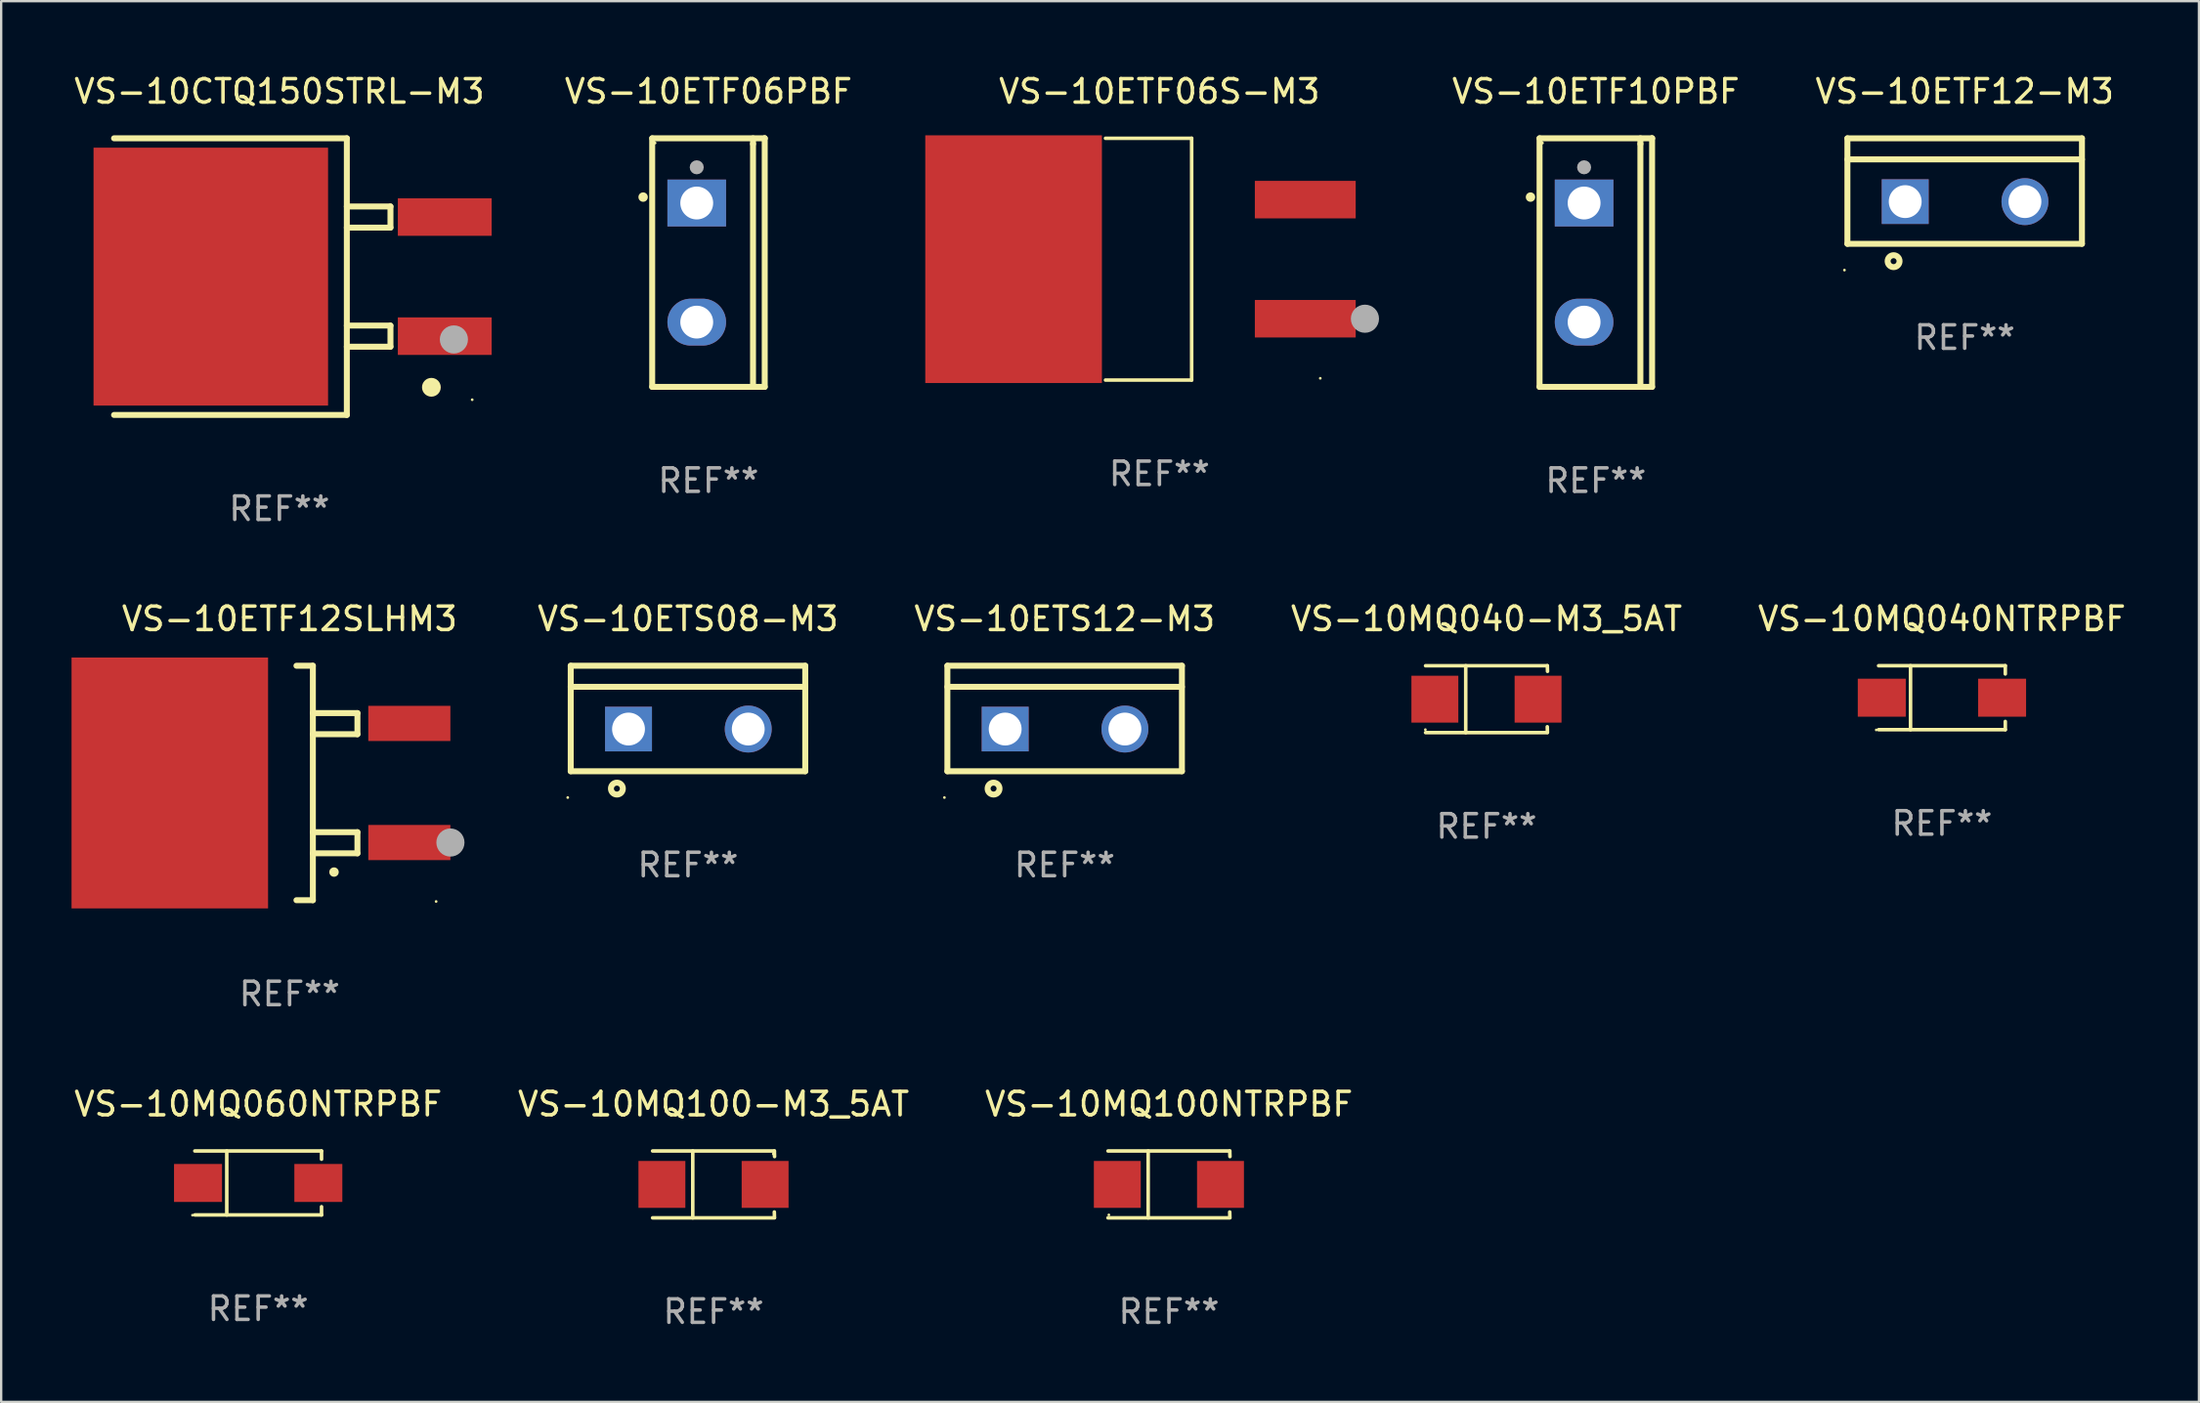
<source format=kicad_pcb>
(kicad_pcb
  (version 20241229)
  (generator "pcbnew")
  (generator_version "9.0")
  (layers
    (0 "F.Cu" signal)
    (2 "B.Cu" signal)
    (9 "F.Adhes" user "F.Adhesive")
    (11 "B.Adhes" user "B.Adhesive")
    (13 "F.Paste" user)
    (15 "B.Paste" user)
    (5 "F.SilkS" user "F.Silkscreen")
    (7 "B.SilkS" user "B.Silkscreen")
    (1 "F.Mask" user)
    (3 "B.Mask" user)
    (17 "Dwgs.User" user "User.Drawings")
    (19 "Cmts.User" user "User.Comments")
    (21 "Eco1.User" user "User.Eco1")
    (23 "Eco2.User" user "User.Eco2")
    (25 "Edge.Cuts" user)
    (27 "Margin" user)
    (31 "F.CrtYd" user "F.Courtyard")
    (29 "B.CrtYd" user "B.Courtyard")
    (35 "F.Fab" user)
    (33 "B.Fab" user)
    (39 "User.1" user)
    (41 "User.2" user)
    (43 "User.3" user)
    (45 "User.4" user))
  (footprint "VS-10ETF12SLHM3"
    (layer "F.Cu")
    (at 9.297 30.345)
    (property "Reference" "VS-10ETF12SLHM3" (at 0 -7 0) (layer "F.SilkS") (effects (font (size 1 1) (thickness 0.15))))
    (attr through_hole)
    (fp_line (start 0.293 -5) (end 0.993 -5) (stroke (width 0.254) (type solid)) (layer "F.SilkS"))
    (fp_line (start 0.993 -5) (end 0.993 5) (stroke (width 0.254) (type solid)) (layer "F.SilkS"))
    (fp_line (start 0.993 -2.08) (end 2.893 -2.08) (stroke (width 0.254) (type solid)) (layer "F.SilkS"))
    (fp_line (start 0.993 3) (end 2.893 3) (stroke (width 0.254) (type solid)) (layer "F.SilkS"))
    (fp_line (start 0.993 5) (end 0.293 5) (stroke (width 0.254) (type solid)) (layer "F.SilkS"))
    (fp_line (start 2.893 -2.98) (end 0.993 -2.98) (stroke (width 0.254) (type solid)) (layer "F.SilkS"))
    (fp_line (start 2.893 -2.08) (end 2.893 -2.98) (stroke (width 0.254) (type solid)) (layer "F.SilkS"))
    (fp_line (start 2.893 2.1) (end 0.993 2.1) (stroke (width 0.254) (type solid)) (layer "F.SilkS"))
    (fp_line (start 2.893 3) (end 2.893 2.1) (stroke (width 0.254) (type solid)) (layer "F.SilkS"))
    (fp_arc (start 1.893447 3.79986) (mid 1.894717 3.799856) (end 1.895987 3.79986) (stroke (width 0.4) (type solid)) (layer "F.SilkS"))
    (fp_circle (center 6.248 5.055) (end 6.278 5.055) (stroke (width 0.06) (type solid)) (fill no) (layer "F.SilkS"))
    (fp_circle (center 6.858 2.54) (end 7.158 2.54) (stroke (width 0.6) (type solid)) (fill no) (layer "F.Fab"))
    (fp_text user "REF**" (at 0 9 0) (layer "F.Fab") (effects (font (size 1 1) (thickness 0.15))))
    (pad "1" smd rect (at 5.107 2.54) (size 3.5 1.5) (layers "F.Cu" "F.Mask" "F.Paste"))
    (pad "2" smd rect (at -5.107 -0.000241) (size 8.38 10.7) (layers "F.Cu" "F.Mask" "F.Paste"))
    (pad "3" smd rect (at 5.106 -2.54) (size 3.5 1.5) (layers "F.Cu" "F.Mask" "F.Paste")))
  (footprint "VS-10MQ040NTRPBF"
    (layer "F.Cu")
    (at 79.749 26.708)
    (property "Reference" "VS-10MQ040NTRPBF" (at 0 -3.364 0) (layer "F.SilkS") (effects (font (size 1 1) (thickness 0.15))))
    (attr through_hole)
    (fp_line (start -2.701 -1.364) (end 2.701 -1.364) (stroke (width 0.152) (type solid)) (layer "F.SilkS"))
    (fp_line (start -2.701 1.364) (end 2.701 1.364) (stroke (width 0.152) (type solid)) (layer "F.SilkS"))
    (fp_line (start -1.339 -1.364) (end -1.339 1.364) (stroke (width 0.152) (type solid)) (layer "F.SilkS"))
    (fp_line (start 2.701 -1.364) (end 2.701 -1.013) (stroke (width 0.152) (type solid)) (layer "F.SilkS"))
    (fp_line (start 2.701 1.364) (end 2.701 1.013) (stroke (width 0.152) (type solid)) (layer "F.SilkS"))
    (fp_circle (center -2.8 1.375) (end -2.77 1.375) (stroke (width 0.06) (type solid)) (fill no) (layer "F.SilkS"))
    (fp_text user "REF**" (at 0 5.364 0) (layer "F.Fab") (effects (font (size 1 1) (thickness 0.15))))
    (pad "1" smd rect (at -2.565 -0.000025) (size 2.046 1.62) (layers "F.Cu" "F.Mask" "F.Paste"))
    (pad "2" smd rect (at 2.565 -0.000025) (size 2.046 1.62) (layers "F.Cu" "F.Mask" "F.Paste")))
  (footprint "VS-10ETF12-M3"
    (layer "F.Cu")
    (at 80.719 5.099)
    (property "Reference" "VS-10ETF12-M3" (at 0 -4.25 0) (layer "F.SilkS") (effects (font (size 1 1) (thickness 0.15))))
    (attr through_hole)
    (fp_line (start -5 -2.25) (end 5 -2.25) (stroke (width 0.254) (type solid)) (layer "F.SilkS"))
    (fp_line (start -5 -1.351) (end 5 -1.351) (stroke (width 0.254) (type solid)) (layer "F.SilkS"))
    (fp_line (start -5 2.25) (end -5 -2.25) (stroke (width 0.254) (type solid)) (layer "F.SilkS"))
    (fp_line (start -5 2.25) (end 5 2.25) (stroke (width 0.254) (type solid)) (layer "F.SilkS"))
    (fp_line (start 5 2.25) (end 5 -2.25) (stroke (width 0.254) (type solid)) (layer "F.SilkS"))
    (fp_circle (center -5.127 3.371) (end -5.097 3.371) (stroke (width 0.06) (type solid)) (fill no) (layer "F.SilkS"))
    (fp_circle (center -3.031 2.99) (end -2.777 2.99) (stroke (width 0.254) (type solid)) (fill no) (layer "F.SilkS"))
    (fp_text user "REF**" (at 0 6.25 0) (layer "F.Fab") (effects (font (size 1 1) (thickness 0.15))))
    (pad "1" thru_hole rect (at -2.536 0.45 90) (size 1.905 2) (drill 1.4) (layers "*.Cu" "*.Mask"))
    (pad "3" thru_hole circle (at 2.569 0.45) (size 2 2) (drill 1.4) (layers "*.Cu" "*.Mask")))
  (footprint "VS-10MQ040-M3_5AT"
    (layer "F.Cu")
    (at 60.332 26.771)
    (property "Reference" "VS-10MQ040-M3_5AT" (at 0 -3.426 0) (layer "F.SilkS") (effects (font (size 1 1) (thickness 0.15))))
    (attr through_hole)
    (fp_line (start -2.6 -1.426) (end 2.593 -1.426) (stroke (width 0.152) (type solid)) (layer "F.SilkS"))
    (fp_line (start -2.6 1.426) (end 2.593 1.426) (stroke (width 0.152) (type solid)) (layer "F.SilkS"))
    (fp_line (start -0.887 -1.426) (end -0.887 1.426) (stroke (width 0.152) (type solid)) (layer "F.SilkS"))
    (fp_line (start 2.59 1.176) (end 2.597 1.415) (stroke (width 0.152) (type solid)) (layer "F.SilkS"))
    (fp_line (start 2.593 -1.426) (end 2.6 -1.187) (stroke (width 0.152) (type solid)) (layer "F.SilkS"))
    (fp_circle (center -2.608 1.3) (end -2.578 1.3) (stroke (width 0.06) (type solid)) (fill no) (layer "F.SilkS"))
    (fp_text user "REF**" (at 0 5.426 0) (layer "F.Fab") (effects (font (size 1 1) (thickness 0.15))))
    (pad "1" smd rect (at -2.203 0 180) (size 2 2) (layers "F.Cu" "F.Mask" "F.Paste"))
    (pad "2" smd rect (at 2.197 0 180) (size 2 2) (layers "F.Cu" "F.Mask" "F.Paste")))
  (footprint "VS-10MQ100NTRPBF"
    (layer "F.Cu")
    (at 46.792 47.467)
    (property "Reference" "VS-10MQ100NTRPBF" (at 0 -3.426 0) (layer "F.SilkS") (effects (font (size 1 1) (thickness 0.15))))
    (attr through_hole)
    (fp_line (start -2.6 -1.426) (end 2.593 -1.426) (stroke (width 0.152) (type solid)) (layer "F.SilkS"))
    (fp_line (start -2.6 1.426) (end 2.593 1.426) (stroke (width 0.152) (type solid)) (layer "F.SilkS"))
    (fp_line (start -0.887 -1.426) (end -0.887 1.426) (stroke (width 0.152) (type solid)) (layer "F.SilkS"))
    (fp_line (start 2.59 1.176) (end 2.597 1.415) (stroke (width 0.152) (type solid)) (layer "F.SilkS"))
    (fp_line (start 2.593 -1.426) (end 2.6 -1.187) (stroke (width 0.152) (type solid)) (layer "F.SilkS"))
    (fp_circle (center -2.563 1.3) (end -2.533 1.3) (stroke (width 0.06) (type solid)) (fill no) (layer "F.SilkS"))
    (fp_text user "REF**" (at 0 5.426 0) (layer "F.Fab") (effects (font (size 1 1) (thickness 0.15))))
    (pad "1" smd rect (at -2.203 -0.000025 180) (size 2 2) (layers "F.Cu" "F.Mask" "F.Paste"))
    (pad "2" smd rect (at 2.197 -0.000025 180) (size 2 2) (layers "F.Cu" "F.Mask" "F.Paste")))
  (footprint "VS-10MQ100-M3_5AT"
    (layer "F.Cu")
    (at 27.375 47.467)
    (property "Reference" "VS-10MQ100-M3_5AT" (at 0 -3.426 0) (layer "F.SilkS") (effects (font (size 1 1) (thickness 0.15))))
    (attr through_hole)
    (fp_line (start -2.6 -1.426) (end 2.593 -1.426) (stroke (width 0.152) (type solid)) (layer "F.SilkS"))
    (fp_line (start -2.6 1.426) (end 2.593 1.426) (stroke (width 0.152) (type solid)) (layer "F.SilkS"))
    (fp_line (start -0.887 -1.426) (end -0.887 1.426) (stroke (width 0.152) (type solid)) (layer "F.SilkS"))
    (fp_line (start 2.59 1.176) (end 2.597 1.415) (stroke (width 0.152) (type solid)) (layer "F.SilkS"))
    (fp_line (start 2.593 -1.426) (end 2.6 -1.187) (stroke (width 0.152) (type solid)) (layer "F.SilkS"))
    (fp_circle (center 2.547 -1.3) (end 2.577 -1.3) (stroke (width 0.06) (type solid)) (fill no) (layer "F.SilkS"))
    (fp_text user "REF**" (at 0 5.426 0) (layer "F.Fab") (effects (font (size 1 1) (thickness 0.15))))
    (pad "1" smd rect (at 2.197 -0.000025 180) (size 2 2) (layers "F.Cu" "F.Mask" "F.Paste"))
    (pad "2" smd rect (at -2.203 -0.000025 180) (size 2 2) (layers "F.Cu" "F.Mask" "F.Paste")))
  (footprint "VS-10ETF06S-M3"
    (layer "F.Cu")
    (at 46.385 8.004)
    (property "Reference" "VS-10ETF06S-M3" (at 0 -7.156 0) (layer "F.SilkS") (effects (font (size 1 1) (thickness 0.15))))
    (attr through_hole)
    (fp_line (start -2.3 -5.156) (end 1.374 -5.156) (stroke (width 0.152) (type solid)) (layer "F.SilkS"))
    (fp_line (start -2.3 5.156) (end 1.374 5.156) (stroke (width 0.152) (type solid)) (layer "F.SilkS"))
    (fp_line (start 1.374 5.156) (end 1.374 -5.156) (stroke (width 0.152) (type solid)) (layer "F.SilkS"))
    (fp_circle (center 6.858 5.08) (end 6.888 5.08) (stroke (width 0.06) (type solid)) (fill no) (layer "F.SilkS"))
    (fp_circle (center 8.763 2.54) (end 9.063 2.54) (stroke (width 0.6) (type solid)) (fill no) (layer "F.Fab"))
    (fp_text user "REF**" (at 0 9.156 0) (layer "F.Fab") (effects (font (size 1 1) (thickness 0.15))))
    (pad "1" smd rect (at 6.218 2.54 180) (size 4.3 1.6) (layers "F.Cu" "F.Mask" "F.Paste"))
    (pad "2" smd rect (at -6.218 0 180) (size 7.532 10.566) (layers "F.Cu" "F.Mask" "F.Paste"))
    (pad "3" smd rect (at 6.218 -2.54 180) (size 4.3 1.6) (layers "F.Cu" "F.Mask" "F.Paste")))
  (footprint "VS-10CTQ150STRL-M3"
    (layer "F.Cu")
    (at 8.863 8.748)
    (property "Reference" "VS-10CTQ150STRL-M3" (at 0 -7.9 0) (layer "F.SilkS") (effects (font (size 1 1) (thickness 0.15))))
    (attr through_hole)
    (fp_line (start -7.05 5.9) (end 2.875 5.9) (stroke (width 0.254) (type solid)) (layer "F.SilkS"))
    (fp_line (start 2.875 -5.9) (end -7.05 -5.9) (stroke (width 0.254) (type solid)) (layer "F.SilkS"))
    (fp_line (start 2.875 -5.9) (end 2.875 5.9) (stroke (width 0.254) (type solid)) (layer "F.SilkS"))
    (fp_line (start 2.875 -2.991) (end 4.735 -2.991) (stroke (width 0.254) (type solid)) (layer "F.SilkS"))
    (fp_line (start 2.875 2.089) (end 4.735 2.089) (stroke (width 0.254) (type solid)) (layer "F.SilkS"))
    (fp_line (start 4.735 -2.991) (end 4.735 -2.09) (stroke (width 0.254) (type solid)) (layer "F.SilkS"))
    (fp_line (start 4.735 -2.09) (end 2.875 -2.09) (stroke (width 0.254) (type solid)) (layer "F.SilkS"))
    (fp_line (start 4.735 2.089) (end 4.735 2.99) (stroke (width 0.254) (type solid)) (layer "F.SilkS"))
    (fp_line (start 4.735 2.99) (end 2.875 2.99) (stroke (width 0.254) (type solid)) (layer "F.SilkS"))
    (fp_circle (center 6.48 4.72) (end 6.68 4.72) (stroke (width 0.4) (type solid)) (fill no) (layer "F.SilkS"))
    (fp_circle (center 8.22 5.25) (end 8.25 5.25) (stroke (width 0.06) (type solid)) (fill no) (layer "F.SilkS"))
    (fp_circle (center 7.44 2.68) (end 7.74 2.68) (stroke (width 0.6) (type solid)) (fill no) (layer "F.Fab"))
    (fp_text user "REF**" (at 0 9.9 0) (layer "F.Fab") (effects (font (size 1 1) (thickness 0.15))))
    (pad "1" smd rect (at 7.05 2.54) (size 4 1.6) (layers "F.Cu" "F.Mask" "F.Paste"))
    (pad "2" smd rect (at 7.05 -2.54) (size 4 1.6) (layers "F.Cu" "F.Mask" "F.Paste"))
    (pad "3" smd rect (at -2.925 0.000102) (size 10 11) (layers "F.Cu" "F.Mask" "F.Paste")))
  (footprint "VS-10ETS08-M3"
    (layer "F.Cu")
    (at 26.284 27.595)
    (property "Reference" "VS-10ETS08-M3" (at 0 -4.25 0) (layer "F.SilkS") (effects (font (size 1 1) (thickness 0.15))))
    (attr through_hole)
    (fp_line (start -5 -2.25) (end 5 -2.25) (stroke (width 0.254) (type solid)) (layer "F.SilkS"))
    (fp_line (start -5 -1.351) (end 5 -1.351) (stroke (width 0.254) (type solid)) (layer "F.SilkS"))
    (fp_line (start -5 2.25) (end -5 -2.25) (stroke (width 0.254) (type solid)) (layer "F.SilkS"))
    (fp_line (start -5 2.25) (end 5 2.25) (stroke (width 0.254) (type solid)) (layer "F.SilkS"))
    (fp_line (start 5 2.25) (end 5 -2.25) (stroke (width 0.254) (type solid)) (layer "F.SilkS"))
    (fp_circle (center -5.127 3.371) (end -5.097 3.371) (stroke (width 0.06) (type solid)) (fill no) (layer "F.SilkS"))
    (fp_circle (center -3.031 2.99) (end -2.777 2.99) (stroke (width 0.254) (type solid)) (fill no) (layer "F.SilkS"))
    (fp_text user "REF**" (at 0 6.25 0) (layer "F.Fab") (effects (font (size 1 1) (thickness 0.15))))
    (pad "1" thru_hole rect (at -2.536 0.45 90) (size 1.905 2) (drill 1.4) (layers "*.Cu" "*.Mask"))
    (pad "3" thru_hole circle (at 2.569 0.45) (size 2 2) (drill 1.4) (layers "*.Cu" "*.Mask")))
  (footprint "VS-10ETF06PBF"
    (layer "F.Cu")
    (at 27.157 8.149)
    (property "Reference" "VS-10ETF06PBF" (at 0 -7.301 0) (layer "F.SilkS") (effects (font (size 1 1) (thickness 0.15))))
    (attr through_hole)
    (fp_line (start -2.399 -5.301) (end 2.394 -5.301) (stroke (width 0.254) (type solid)) (layer "F.SilkS"))
    (fp_line (start -2.399 5.301) (end -2.399 -5.301) (stroke (width 0.254) (type solid)) (layer "F.SilkS"))
    (fp_line (start 1.9 -5.061) (end 1.9 -5.3) (stroke (width 0.254) (type solid)) (layer "F.SilkS"))
    (fp_line (start 1.9 5.3) (end 1.9 -5.061) (stroke (width 0.254) (type solid)) (layer "F.SilkS"))
    (fp_line (start 2.394 -5.301) (end 2.399 -5.301) (stroke (width 0.254) (type solid)) (layer "F.SilkS"))
    (fp_line (start 2.399 -5.301) (end 2.399 5.301) (stroke (width 0.254) (type solid)) (layer "F.SilkS"))
    (fp_line (start 2.399 5.301) (end -2.399 5.301) (stroke (width 0.254) (type solid)) (layer "F.SilkS"))
    (fp_arc (start -2.786043 -2.791466) (mid -2.786047 -2.792736) (end -2.786043 -2.794006) (stroke (width 0.4) (type solid)) (layer "F.SilkS"))
    (fp_circle (center -2.275 -5.1) (end -2.245 -5.1) (stroke (width 0.06) (type solid)) (fill no) (layer "F.SilkS"))
    (fp_circle (center -0.5 -4.064) (end -0.35 -4.064) (stroke (width 0.3) (type solid)) (fill no) (layer "F.Fab"))
    (fp_text user "REF**" (at 0 9.301 0) (layer "F.Fab") (effects (font (size 1 1) (thickness 0.15))))
    (pad "1" thru_hole rect (at -0.5 -2.54 270) (size 2 2.5) (drill 1.4) (layers "*.Cu" "*.Mask"))
    (pad "3" thru_hole oval (at -0.5 2.54 270) (size 2 2.5) (drill 1.4) (layers "*.Cu" "*.Mask")))
  (footprint "VS-10MQ060NTRPBF"
    (layer "F.Cu")
    (at 7.958 47.405)
    (property "Reference" "VS-10MQ060NTRPBF" (at 0 -3.364 0) (layer "F.SilkS") (effects (font (size 1 1) (thickness 0.15))))
    (attr through_hole)
    (fp_line (start -2.701 -1.364) (end 2.701 -1.364) (stroke (width 0.152) (type solid)) (layer "F.SilkS"))
    (fp_line (start -2.701 1.364) (end 2.701 1.364) (stroke (width 0.152) (type solid)) (layer "F.SilkS"))
    (fp_line (start -1.339 -1.364) (end -1.339 1.364) (stroke (width 0.152) (type solid)) (layer "F.SilkS"))
    (fp_line (start 2.701 -1.364) (end 2.701 -1.013) (stroke (width 0.152) (type solid)) (layer "F.SilkS"))
    (fp_line (start 2.701 1.364) (end 2.701 1.013) (stroke (width 0.152) (type solid)) (layer "F.SilkS"))
    (fp_circle (center -2.8 1.375) (end -2.77 1.375) (stroke (width 0.06) (type solid)) (fill no) (layer "F.SilkS"))
    (fp_text user "REF**" (at 0 5.364 0) (layer "F.Fab") (effects (font (size 1 1) (thickness 0.15))))
    (pad "1" smd rect (at -2.565 -0.000025) (size 2.046 1.62) (layers "F.Cu" "F.Mask" "F.Paste"))
    (pad "2" smd rect (at 2.565 -0.000025) (size 2.046 1.62) (layers "F.Cu" "F.Mask" "F.Paste")))
  (footprint "VS-10ETS12-M3"
    (layer "F.Cu")
    (at 42.344 27.595)
    (property "Reference" "VS-10ETS12-M3" (at 0 -4.25 0) (layer "F.SilkS") (effects (font (size 1 1) (thickness 0.15))))
    (attr through_hole)
    (fp_line (start -5 -2.25) (end 5 -2.25) (stroke (width 0.254) (type solid)) (layer "F.SilkS"))
    (fp_line (start -5 -1.351) (end 5 -1.351) (stroke (width 0.254) (type solid)) (layer "F.SilkS"))
    (fp_line (start -5 2.25) (end -5 -2.25) (stroke (width 0.254) (type solid)) (layer "F.SilkS"))
    (fp_line (start -5 2.25) (end 5 2.25) (stroke (width 0.254) (type solid)) (layer "F.SilkS"))
    (fp_line (start 5 2.25) (end 5 -2.25) (stroke (width 0.254) (type solid)) (layer "F.SilkS"))
    (fp_circle (center -5.127 3.371) (end -5.097 3.371) (stroke (width 0.06) (type solid)) (fill no) (layer "F.SilkS"))
    (fp_circle (center -3.031 2.99) (end -2.777 2.99) (stroke (width 0.254) (type solid)) (fill no) (layer "F.SilkS"))
    (fp_text user "REF**" (at 0 6.25 0) (layer "F.Fab") (effects (font (size 1 1) (thickness 0.15))))
    (pad "1" thru_hole rect (at -2.536 0.45 90) (size 1.905 2) (drill 1.4) (layers "*.Cu" "*.Mask"))
    (pad "3" thru_hole circle (at 2.569 0.45) (size 2 2) (drill 1.4) (layers "*.Cu" "*.Mask")))
  (footprint "VS-10ETF10PBF"
    (layer "F.Cu")
    (at 64.992 8.149)
    (property "Reference" "VS-10ETF10PBF" (at 0 -7.301 0) (layer "F.SilkS") (effects (font (size 1 1) (thickness 0.15))))
    (attr through_hole)
    (fp_line (start -2.399 -5.301) (end 2.394 -5.301) (stroke (width 0.254) (type solid)) (layer "F.SilkS"))
    (fp_line (start -2.399 5.301) (end -2.399 -5.301) (stroke (width 0.254) (type solid)) (layer "F.SilkS"))
    (fp_line (start 1.9 -5.061) (end 1.9 -5.3) (stroke (width 0.254) (type solid)) (layer "F.SilkS"))
    (fp_line (start 1.9 5.3) (end 1.9 -5.061) (stroke (width 0.254) (type solid)) (layer "F.SilkS"))
    (fp_line (start 2.394 -5.301) (end 2.399 -5.301) (stroke (width 0.254) (type solid)) (layer "F.SilkS"))
    (fp_line (start 2.399 -5.301) (end 2.399 5.301) (stroke (width 0.254) (type solid)) (layer "F.SilkS"))
    (fp_line (start 2.399 5.301) (end -2.399 5.301) (stroke (width 0.254) (type solid)) (layer "F.SilkS"))
    (fp_arc (start -2.786043 -2.791466) (mid -2.786047 -2.792736) (end -2.786043 -2.794006) (stroke (width 0.4) (type solid)) (layer "F.SilkS"))
    (fp_circle (center -2.275 -5.1) (end -2.245 -5.1) (stroke (width 0.06) (type solid)) (fill no) (layer "F.SilkS"))
    (fp_circle (center -0.5 -4.064) (end -0.35 -4.064) (stroke (width 0.3) (type solid)) (fill no) (layer "F.Fab"))
    (fp_text user "REF**" (at 0 9.301 0) (layer "F.Fab") (effects (font (size 1 1) (thickness 0.15))))
    (pad "1" thru_hole rect (at -0.5 -2.54 270) (size 2 2.5) (drill 1.4) (layers "*.Cu" "*.Mask"))
    (pad "3" thru_hole oval (at -0.5 2.54 270) (size 2 2.5) (drill 1.4) (layers "*.Cu" "*.Mask")))
  (gr_rect
    (start -3 -3)
    (end 90.707 56.742)
    (stroke (width 0.1) (type default))
    (fill no)
    (layer "Edge.Cuts")))
</source>
